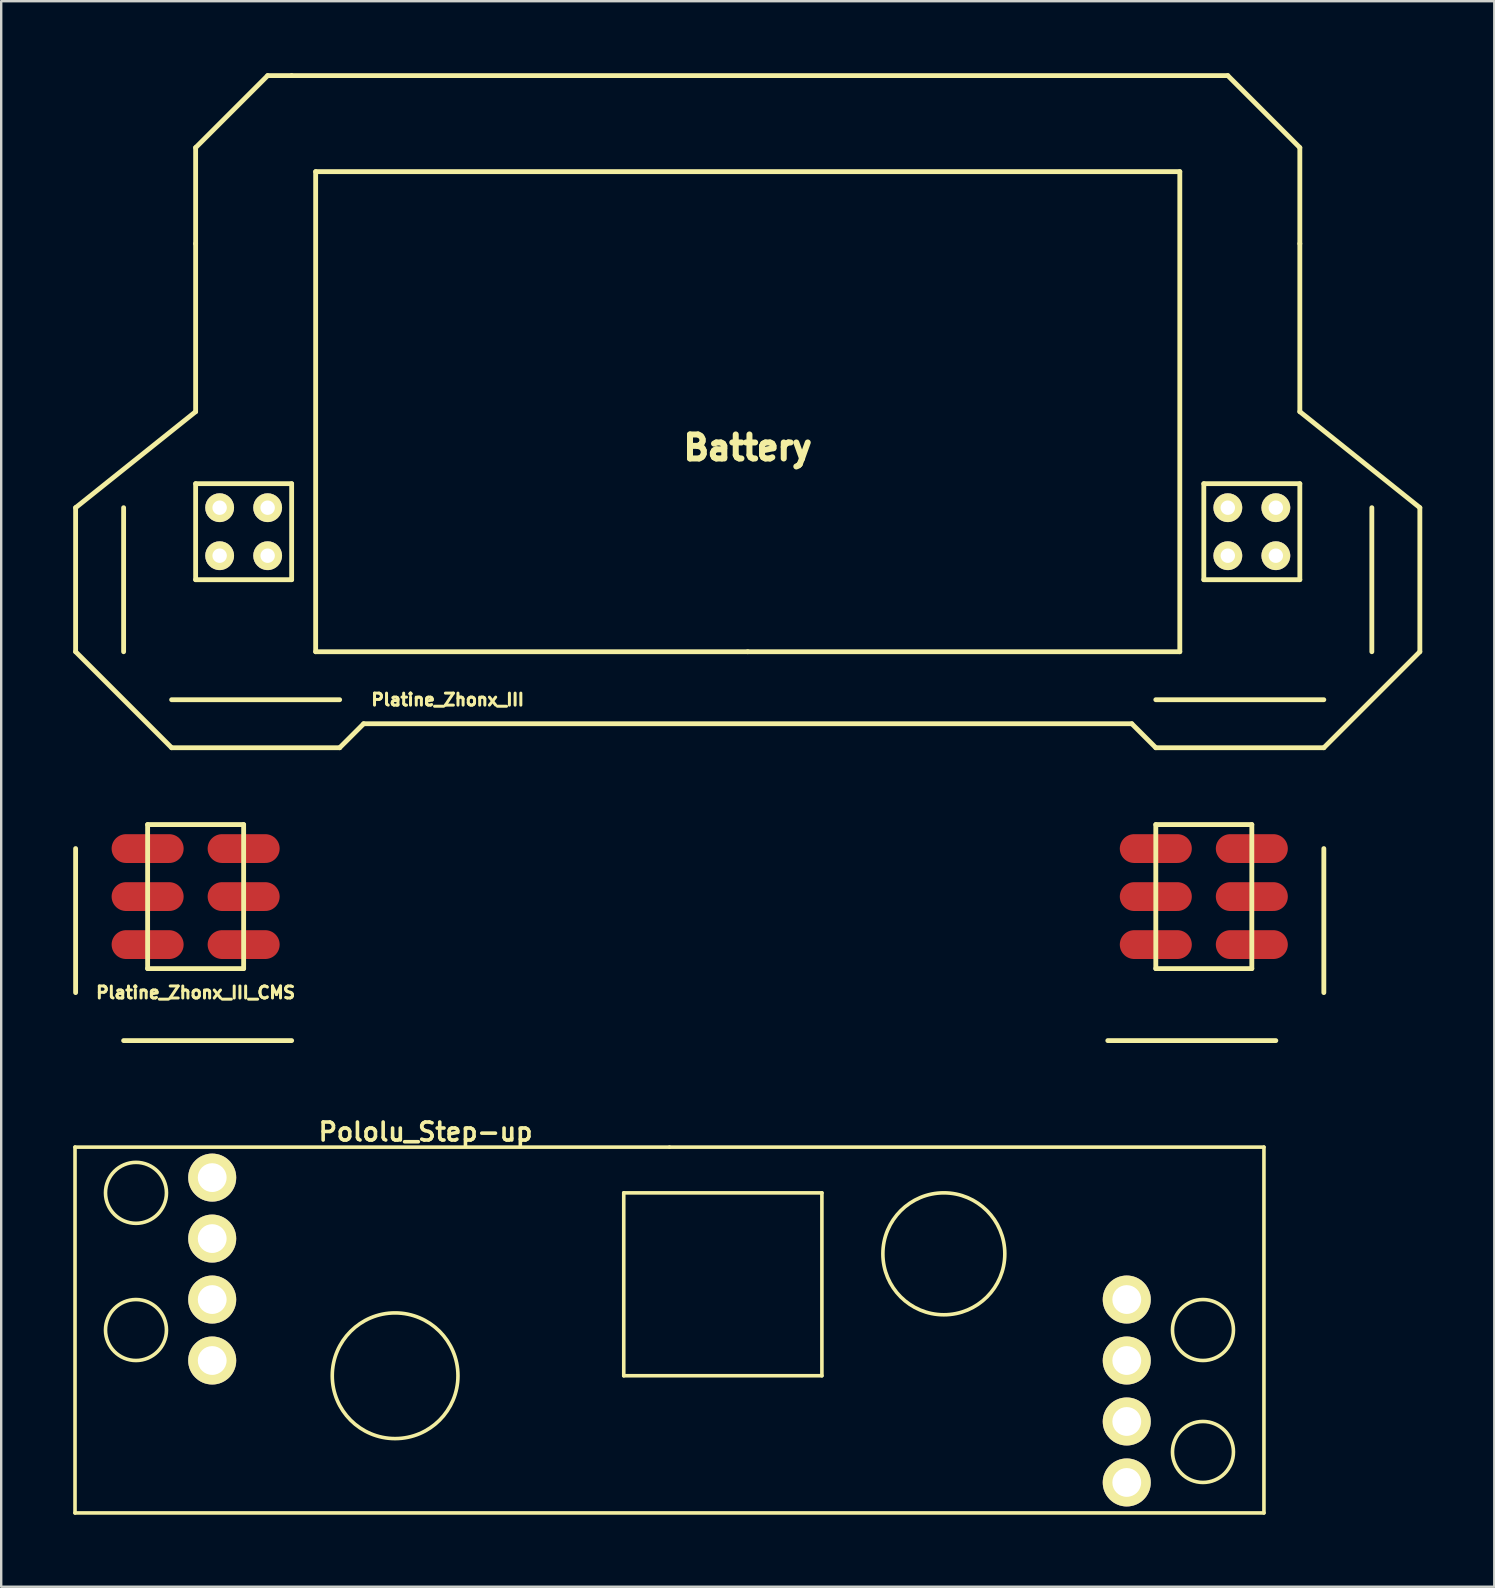
<source format=kicad_pcb>
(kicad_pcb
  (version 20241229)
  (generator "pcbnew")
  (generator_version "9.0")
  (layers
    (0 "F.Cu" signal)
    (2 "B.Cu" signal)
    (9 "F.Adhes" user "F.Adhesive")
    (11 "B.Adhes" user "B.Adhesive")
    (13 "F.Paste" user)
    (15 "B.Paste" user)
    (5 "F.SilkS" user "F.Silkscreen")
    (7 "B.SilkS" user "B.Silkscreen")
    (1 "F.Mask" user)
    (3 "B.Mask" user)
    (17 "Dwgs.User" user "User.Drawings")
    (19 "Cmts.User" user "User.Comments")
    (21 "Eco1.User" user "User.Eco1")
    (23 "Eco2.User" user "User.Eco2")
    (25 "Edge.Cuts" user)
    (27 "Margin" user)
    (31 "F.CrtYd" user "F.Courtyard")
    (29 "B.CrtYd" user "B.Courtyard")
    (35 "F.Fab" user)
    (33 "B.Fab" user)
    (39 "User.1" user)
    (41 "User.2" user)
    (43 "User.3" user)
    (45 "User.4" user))
  (footprint "Pololu_Step-up"
    (layer "F.Cu")
    (at 24.84 52.358)
    (property "Reference" "Pololu_Step-up" (at -10.16 -8.255 0) (layer "F.SilkS") (effects (font (size 0.75 0.75) (thickness 0.15))))
    (attr through_hole)
    (fp_line (start -24.765 -7.62) (end 0 -7.62) (stroke (width 0.15) (type solid)) (layer "F.SilkS"))
    (fp_line (start -24.765 7.62) (end -24.765 -7.62) (stroke (width 0.15) (type solid)) (layer "F.SilkS"))
    (fp_line (start -1.905 -5.715) (end -1.905 1.905) (stroke (width 0.15) (type solid)) (layer "F.SilkS"))
    (fp_line (start -1.905 -5.715) (end 6.35 -5.715) (stroke (width 0.15) (type solid)) (layer "F.SilkS"))
    (fp_line (start 0 -7.62) (end 24.765 -7.62) (stroke (width 0.15) (type solid)) (layer "F.SilkS"))
    (fp_line (start 6.35 -5.715) (end 6.35 1.905) (stroke (width 0.15) (type solid)) (layer "F.SilkS"))
    (fp_line (start 6.35 1.905) (end -1.905 1.905) (stroke (width 0.15) (type solid)) (layer "F.SilkS"))
    (fp_line (start 24.765 -7.62) (end 24.765 7.62) (stroke (width 0.15) (type solid)) (layer "F.SilkS"))
    (fp_line (start 24.765 7.62) (end -24.765 7.62) (stroke (width 0.15) (type solid)) (layer "F.SilkS"))
    (fp_circle (center -22.225 -5.715) (end -22.225 -4.445) (stroke (width 0.15) (type solid)) (fill no) (layer "F.SilkS"))
    (fp_circle (center -22.225 0) (end -22.225 1.27) (stroke (width 0.15) (type solid)) (fill no) (layer "F.SilkS"))
    (fp_circle (center -11.43 1.905) (end -10.795 4.445) (stroke (width 0.15) (type solid)) (fill no) (layer "F.SilkS"))
    (fp_circle (center 11.43 -3.175) (end 11.43 -0.635) (stroke (width 0.15) (type solid)) (fill no) (layer "F.SilkS"))
    (fp_circle (center 22.225 0) (end 22.225 1.27) (stroke (width 0.15) (type solid)) (fill no) (layer "F.SilkS"))
    (fp_circle (center 22.225 5.08) (end 22.225 6.35) (stroke (width 0.15) (type solid)) (fill no) (layer "F.SilkS"))
    (pad "1" thru_hole circle (at -19.05 -6.35) (size 2 2) (drill 1.2) (layers "*.Cu" "*.Mask" "F.SilkS"))
    (pad "1" thru_hole circle (at -19.05 -3.81) (size 2 2) (drill 1.2) (layers "*.Cu" "*.Mask" "F.SilkS"))
    (pad "2" thru_hole circle (at -19.05 -1.27) (size 2 2) (drill 1.2) (layers "*.Cu" "*.Mask" "F.SilkS"))
    (pad "2" thru_hole circle (at -19.05 1.27) (size 2 2) (drill 1.2) (layers "*.Cu" "*.Mask" "F.SilkS"))
    (pad "3" thru_hole circle (at 19.05 -1.27) (size 2 2) (drill 1.2) (layers "*.Cu" "*.Mask" "F.SilkS"))
    (pad "3" thru_hole circle (at 19.05 1.27) (size 2 2) (drill 1.2) (layers "*.Cu" "*.Mask" "F.SilkS"))
    (pad "4" thru_hole circle (at 19.05 3.81) (size 2 2) (drill 1.2) (layers "*.Cu" "*.Mask" "F.SilkS"))
    (pad "4" thru_hole circle (at 19.05 6.35) (size 2 2) (drill 1.2) (layers "*.Cu" "*.Mask" "F.SilkS")))
  (footprint "Platine_Zhonx_III_CMS"
    (layer "F.Cu")
    (at 26.1 34.301)
    (property "Reference" "Platine_Zhonx_III_CMS" (at -21 4 0) (layer "F.SilkS") (effects (font (size 0.5 0.5) (thickness 0.125))))
    (attr through_hole)
    (fp_line (start -26 4) (end -26 -2) (stroke (width 0.201) (type solid)) (layer "F.SilkS"))
    (fp_line (start -23 -3) (end -23 3) (stroke (width 0.201) (type solid)) (layer "F.SilkS"))
    (fp_line (start -23 3) (end -19 3) (stroke (width 0.201) (type solid)) (layer "F.SilkS"))
    (fp_line (start -19 -3) (end -23 -3) (stroke (width 0.201) (type solid)) (layer "F.SilkS"))
    (fp_line (start -19 3) (end -19 -3) (stroke (width 0.201) (type solid)) (layer "F.SilkS"))
    (fp_line (start -17 6) (end -24 6) (stroke (width 0.201) (type solid)) (layer "F.SilkS"))
    (fp_line (start 19 -3) (end 19 3) (stroke (width 0.201) (type solid)) (layer "F.SilkS"))
    (fp_line (start 19 3) (end 23 3) (stroke (width 0.201) (type solid)) (layer "F.SilkS"))
    (fp_line (start 23 -3) (end 19 -3) (stroke (width 0.201) (type solid)) (layer "F.SilkS"))
    (fp_line (start 23 3) (end 23 -3) (stroke (width 0.201) (type solid)) (layer "F.SilkS"))
    (fp_line (start 24 6) (end 17 6) (stroke (width 0.201) (type solid)) (layer "F.SilkS"))
    (fp_line (start 26 -2) (end 26 4) (stroke (width 0.201) (type solid)) (layer "F.SilkS"))
    (pad "1" smd oval (at 23 -2 180) (size 3 1.2) (layers "F.Cu" "F.Mask" "F.Paste"))
    (pad "2" smd oval (at 23 0 180) (size 3 1.2) (layers "F.Cu" "F.Mask" "F.Paste"))
    (pad "3" smd oval (at 23 2 180) (size 3 1.2) (layers "F.Cu" "F.Mask" "F.Paste"))
    (pad "4" smd oval (at 19 2 180) (size 3 1.2) (layers "F.Cu" "F.Mask" "F.Paste"))
    (pad "5" smd oval (at 19 0 180) (size 3 1.2) (layers "F.Cu" "F.Mask" "F.Paste"))
    (pad "6" smd oval (at 19 -2 180) (size 3 1.2) (layers "F.Cu" "F.Mask" "F.Paste"))
    (pad "7" smd oval (at -19 -2 180) (size 3 1.2) (layers "F.Cu" "F.Mask" "F.Paste"))
    (pad "8" smd oval (at -19 0 180) (size 3 1.2) (layers "F.Cu" "F.Mask" "F.Paste"))
    (pad "9" smd oval (at -19 2 180) (size 3 1.2) (layers "F.Cu" "F.Mask" "F.Paste"))
    (pad "10" smd oval (at -23 2 180) (size 3 1.2) (layers "F.Cu" "F.Mask" "F.Paste"))
    (pad "11" smd oval (at -23 0 180) (size 3 1.2) (layers "F.Cu" "F.Mask" "F.Paste"))
    (pad "12" smd oval (at -23 -2 180) (size 3 1.2) (layers "F.Cu" "F.Mask" "F.Paste")))
  (footprint "Platine_Zhonx_III"
    (layer "F.Cu")
    (at 28.1 20.1)
    (property "Reference" "Platine_Zhonx_III" (at -12.5 6 0) (layer "F.SilkS") (effects (font (size 0.5 0.5) (thickness 0.125))))
    (attr through_hole)
    (fp_line (start -28 -2) (end -28 4) (stroke (width 0.201) (type solid)) (layer "F.SilkS"))
    (fp_line (start -28 4) (end -24 8) (stroke (width 0.201) (type solid)) (layer "F.SilkS"))
    (fp_line (start -26 -2) (end -26 4) (stroke (width 0.201) (type solid)) (layer "F.SilkS"))
    (fp_line (start -24 6) (end -17 6) (stroke (width 0.201) (type solid)) (layer "F.SilkS"))
    (fp_line (start -24 8) (end -17 8) (stroke (width 0.201) (type solid)) (layer "F.SilkS"))
    (fp_line (start -23 -17) (end -23 -13) (stroke (width 0.201) (type solid)) (layer "F.SilkS"))
    (fp_line (start -23 -13) (end -23 -6) (stroke (width 0.201) (type solid)) (layer "F.SilkS"))
    (fp_line (start -23 -6) (end -28 -2) (stroke (width 0.201) (type solid)) (layer "F.SilkS"))
    (fp_line (start -23 -3) (end -23 1) (stroke (width 0.2) (type solid)) (layer "F.SilkS"))
    (fp_line (start -23 -3) (end -19 -3) (stroke (width 0.201) (type solid)) (layer "F.SilkS"))
    (fp_line (start -23 1) (end -19 1) (stroke (width 0.2) (type solid)) (layer "F.SilkS"))
    (fp_line (start -20 -20) (end -23 -17) (stroke (width 0.201) (type solid)) (layer "F.SilkS"))
    (fp_line (start -19 -20) (end -20 -20) (stroke (width 0.201) (type solid)) (layer "F.SilkS"))
    (fp_line (start -19 1) (end -19 -3) (stroke (width 0.2) (type solid)) (layer "F.SilkS"))
    (fp_line (start -18 -16) (end -18 4) (stroke (width 0.201) (type solid)) (layer "F.SilkS"))
    (fp_line (start -18 4) (end 0 4) (stroke (width 0.201) (type solid)) (layer "F.SilkS"))
    (fp_line (start -17 8) (end -16 7) (stroke (width 0.201) (type solid)) (layer "F.SilkS"))
    (fp_line (start -16 7) (end 16 7) (stroke (width 0.201) (type solid)) (layer "F.SilkS"))
    (fp_line (start 0 4) (end 18 4) (stroke (width 0.201) (type solid)) (layer "F.SilkS"))
    (fp_line (start 16 7) (end 17 8) (stroke (width 0.201) (type solid)) (layer "F.SilkS"))
    (fp_line (start 17 6) (end 24 6) (stroke (width 0.201) (type solid)) (layer "F.SilkS"))
    (fp_line (start 17 8) (end 24 8) (stroke (width 0.201) (type solid)) (layer "F.SilkS"))
    (fp_line (start 18 -16) (end -18 -16) (stroke (width 0.201) (type solid)) (layer "F.SilkS"))
    (fp_line (start 18 4) (end 18 -16) (stroke (width 0.201) (type solid)) (layer "F.SilkS"))
    (fp_line (start 19 -3) (end 19 1) (stroke (width 0.2) (type solid)) (layer "F.SilkS"))
    (fp_line (start 19 -3) (end 23 -3) (stroke (width 0.201) (type solid)) (layer "F.SilkS"))
    (fp_line (start 19 1) (end 23 1) (stroke (width 0.2) (type solid)) (layer "F.SilkS"))
    (fp_line (start 20 -20) (end -19 -20) (stroke (width 0.201) (type solid)) (layer "F.SilkS"))
    (fp_line (start 23 -17) (end 20 -20) (stroke (width 0.201) (type solid)) (layer "F.SilkS"))
    (fp_line (start 23 -13) (end 23 -17) (stroke (width 0.201) (type solid)) (layer "F.SilkS"))
    (fp_line (start 23 -6) (end 23 -13) (stroke (width 0.201) (type solid)) (layer "F.SilkS"))
    (fp_line (start 23 1) (end 23 -3) (stroke (width 0.2) (type solid)) (layer "F.SilkS"))
    (fp_line (start 24 8) (end 28 4) (stroke (width 0.201) (type solid)) (layer "F.SilkS"))
    (fp_line (start 26 4) (end 26 -2) (stroke (width 0.201) (type solid)) (layer "F.SilkS"))
    (fp_line (start 28 -2) (end 23 -6) (stroke (width 0.201) (type solid)) (layer "F.SilkS"))
    (fp_line (start 28 4) (end 28 -2) (stroke (width 0.201) (type solid)) (layer "F.SilkS"))
    (fp_text user "Battery" (at 0 -4.5 0) (layer "F.SilkS") (effects (font (size 1 1) (thickness 0.25))))
    (pad "1" thru_hole circle (at -22 -2) (size 1.2 1.2) (drill 0.6) (layers "*.Cu" "*.Mask" "F.SilkS"))
    (pad "2" thru_hole circle (at -20 -2) (size 1.2 1.2) (drill 0.6) (layers "*.Cu" "*.Mask" "F.SilkS"))
    (pad "3" thru_hole circle (at -22 0) (size 1.2 1.2) (drill 0.6) (layers "*.Cu" "*.Mask" "F.SilkS"))
    (pad "4" thru_hole circle (at -20 0) (size 1.2 1.2) (drill 0.6) (layers "*.Cu" "*.Mask" "F.SilkS"))
    (pad "5" thru_hole circle (at 20 -2) (size 1.2 1.2) (drill 0.6) (layers "*.Cu" "*.Mask" "F.SilkS"))
    (pad "6" thru_hole circle (at 22 -2) (size 1.2 1.2) (drill 0.6) (layers "*.Cu" "*.Mask" "F.SilkS"))
    (pad "7" thru_hole circle (at 20 0) (size 1.2 1.2) (drill 0.6) (layers "*.Cu" "*.Mask" "F.SilkS"))
    (pad "8" thru_hole circle (at 22 0) (size 1.2 1.2) (drill 0.6) (layers "*.Cu" "*.Mask" "F.SilkS")))
  (gr_rect
    (start -3 -3)
    (end 59.201 63.053)
    (stroke (width 0.1) (type default))
    (fill no)
    (layer "Edge.Cuts")))
</source>
